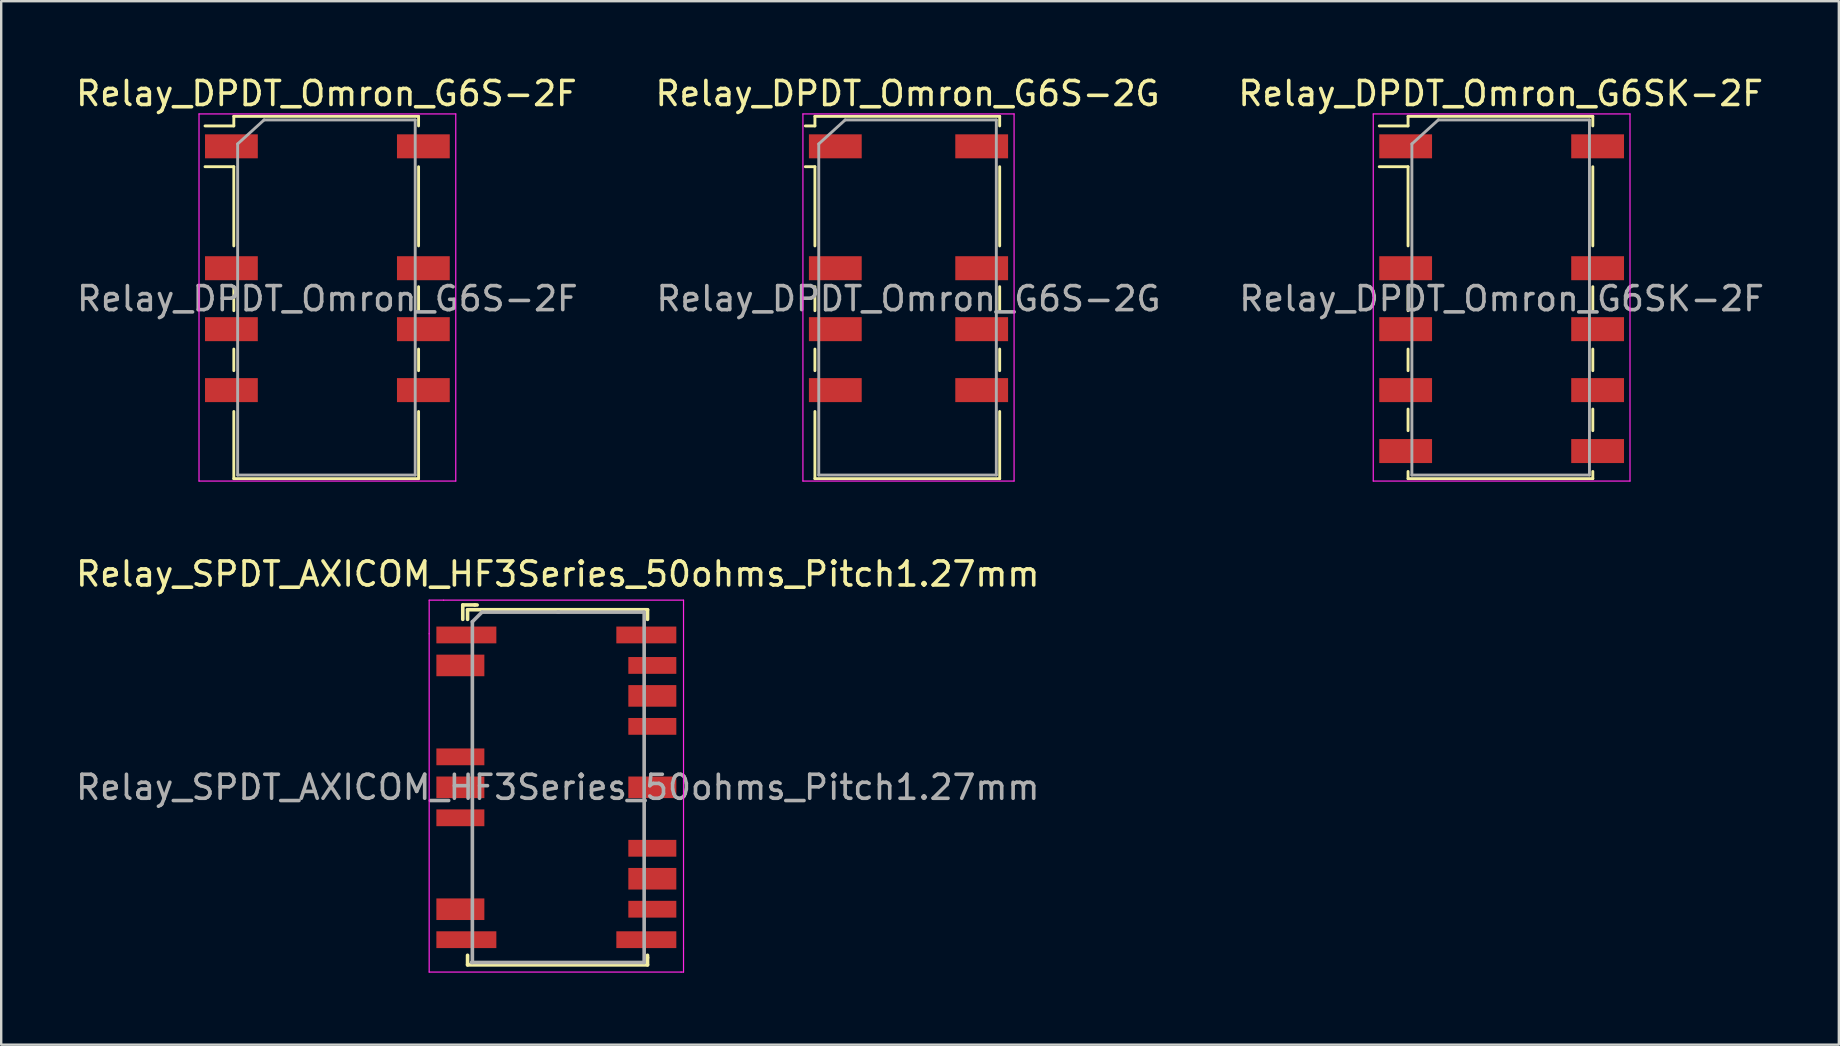
<source format=kicad_pcb>
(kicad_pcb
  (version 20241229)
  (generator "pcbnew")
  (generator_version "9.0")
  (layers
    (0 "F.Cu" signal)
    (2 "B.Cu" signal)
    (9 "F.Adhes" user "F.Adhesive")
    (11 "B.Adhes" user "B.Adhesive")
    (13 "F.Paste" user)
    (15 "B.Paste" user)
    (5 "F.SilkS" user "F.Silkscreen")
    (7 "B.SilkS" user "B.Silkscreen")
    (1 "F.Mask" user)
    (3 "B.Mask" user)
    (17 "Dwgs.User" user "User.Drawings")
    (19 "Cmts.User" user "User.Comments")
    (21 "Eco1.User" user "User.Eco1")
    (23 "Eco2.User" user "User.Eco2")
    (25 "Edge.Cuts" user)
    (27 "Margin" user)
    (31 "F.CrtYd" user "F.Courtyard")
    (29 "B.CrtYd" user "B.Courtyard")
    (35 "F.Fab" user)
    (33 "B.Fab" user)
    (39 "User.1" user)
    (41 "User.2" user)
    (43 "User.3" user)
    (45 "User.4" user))
  (footprint "Relay_SPDT_AXICOM_HF3Series_50ohms_Pitch1.27mm"
    (layer "F.Cu")
    (at 20.136 29.762)
    (property "Reference" "Relay_SPDT_AXICOM_HF3Series_50ohms_Pitch1.27mm" (at 0.06 -8.89 0) (layer "F.SilkS") (effects (font (size 1 1) (thickness 0.15))))
    (attr smd)
    (fp_line (start -3.9 -7.6) (end -3.4 -7.6) (stroke (width 0.15) (type solid)) (layer "F.SilkS"))
    (fp_line (start -3.9 -7) (end -3.9 -7.6) (stroke (width 0.15) (type solid)) (layer "F.SilkS"))
    (fp_line (start -3.7 -7.4) (end -3.7 -7) (stroke (width 0.15) (type solid)) (layer "F.SilkS"))
    (fp_line (start -3.7 7.4) (end -3.7 7) (stroke (width 0.15) (type solid)) (layer "F.SilkS"))
    (fp_line (start -3.4 -7.6) (end -3.3 -7.6) (stroke (width 0.15) (type solid)) (layer "F.SilkS"))
    (fp_line (start 3.8 -7.4) (end -3.7 -7.4) (stroke (width 0.15) (type solid)) (layer "F.SilkS"))
    (fp_line (start 3.8 -7) (end 3.8 -7.4) (stroke (width 0.15) (type solid)) (layer "F.SilkS"))
    (fp_line (start 3.8 7.1) (end 3.8 7) (stroke (width 0.15) (type solid)) (layer "F.SilkS"))
    (fp_line (start 3.8 7.1) (end 3.8 7.4) (stroke (width 0.15) (type solid)) (layer "F.SilkS"))
    (fp_line (start 3.8 7.4) (end -3.7 7.4) (stroke (width 0.15) (type solid)) (layer "F.SilkS"))
    (fp_line (start -5.3 -7.8) (end -5.3 -6.4) (stroke (width 0.05) (type solid)) (layer "F.CrtYd"))
    (fp_line (start -5.3 -6.4) (end -5.3 7.7) (stroke (width 0.05) (type solid)) (layer "F.CrtYd"))
    (fp_line (start -5.3 7.7) (end 5.2 7.7) (stroke (width 0.05) (type solid)) (layer "F.CrtYd"))
    (fp_line (start -4.7 -7.8) (end -5.3 -7.8) (stroke (width 0.05) (type solid)) (layer "F.CrtYd"))
    (fp_line (start 5.2 7.7) (end 5.3 7.7) (stroke (width 0.05) (type solid)) (layer "F.CrtYd"))
    (fp_line (start 5.3 -7.8) (end -4.7 -7.8) (stroke (width 0.05) (type solid)) (layer "F.CrtYd"))
    (fp_line (start 5.3 -7.6) (end 5.3 -7.8) (stroke (width 0.05) (type solid)) (layer "F.CrtYd"))
    (fp_line (start 5.3 6.7) (end 5.3 -7.6) (stroke (width 0.05) (type solid)) (layer "F.CrtYd"))
    (fp_line (start 5.3 7.7) (end 5.3 6.7) (stroke (width 0.05) (type solid)) (layer "F.CrtYd"))
    (fp_line (start -3.5 -6.9) (end -3.1 -7.3) (stroke (width 0.15) (type solid)) (layer "F.Fab"))
    (fp_line (start -3.5 7.3) (end -3.5 -6.9) (stroke (width 0.15) (type solid)) (layer "F.Fab"))
    (fp_line (start -3.1 -7.3) (end 0.1 -7.3) (stroke (width 0.15) (type solid)) (layer "F.Fab"))
    (fp_line (start 0.06 -7.3) (end 3.66 -7.3) (stroke (width 0.15) (type solid)) (layer "F.Fab"))
    (fp_line (start 3.66 -7.3) (end 3.66 7.3) (stroke (width 0.15) (type solid)) (layer "F.Fab"))
    (fp_line (start 3.66 7.3) (end -3.54 7.3) (stroke (width 0.15) (type solid)) (layer "F.Fab"))
    (fp_text user "${REFERENCE}" (at 0.06 0 0) (layer "F.Fab") (effects (font (size 1 1) (thickness 0.15))))
    (pad "1" smd rect (at -3.75 -6.35) (size 2.5 0.7) (layers "F.Cu" "F.Mask" "F.Paste"))
    (pad "2" smd rect (at -4 -5.08) (size 2 0.9) (layers "F.Cu" "F.Mask" "F.Paste"))
    (pad "5" smd rect (at -4 -1.27) (size 2 0.7) (layers "F.Cu" "F.Mask" "F.Paste"))
    (pad "6" smd rect (at -4 0) (size 2 0.9) (layers "F.Cu" "F.Mask" "F.Paste"))
    (pad "7" smd rect (at -4 1.27) (size 2 0.7) (layers "F.Cu" "F.Mask" "F.Paste"))
    (pad "10" smd rect (at -4 5.08) (size 2 0.9) (layers "F.Cu" "F.Mask" "F.Paste"))
    (pad "11" smd rect (at -3.75 6.35) (size 2.5 0.7) (layers "F.Cu" "F.Mask" "F.Paste"))
    (pad "12" smd rect (at 3.75 6.35) (size 2.5 0.7) (layers "F.Cu" "F.Mask" "F.Paste"))
    (pad "13" smd rect (at 4 5.08) (size 2 0.7) (layers "F.Cu" "F.Mask" "F.Paste"))
    (pad "14" smd rect (at 4 3.81) (size 2 0.9) (layers "F.Cu" "F.Mask" "F.Paste"))
    (pad "15" smd rect (at 4 2.54) (size 2 0.7) (layers "F.Cu" "F.Mask" "F.Paste"))
    (pad "17" smd rect (at 4 0) (size 2 0.9) (layers "F.Cu" "F.Mask" "F.Paste"))
    (pad "19" smd rect (at 4 -2.54) (size 2 0.7) (layers "F.Cu" "F.Mask" "F.Paste"))
    (pad "20" smd rect (at 4 -3.81) (size 2 0.9) (layers "F.Cu" "F.Mask" "F.Paste"))
    (pad "21" smd rect (at 4 -5.08) (size 2 0.7) (layers "F.Cu" "F.Mask" "F.Paste"))
    (pad "22" smd rect (at 3.75 -6.35) (size 2.5 0.7) (layers "F.Cu" "F.Mask" "F.Paste")))
  (footprint "Relay_DPDT_Omron_G6S-2F"
    (layer "F.Cu")
    (at 10.594 9.398)
    (property "Reference" "Relay_DPDT_Omron_G6S-2F" (at -0.04 -8.55 0) (layer "F.SilkS") (effects (font (size 1 1) (thickness 0.15))))
    (attr smd)
    (fp_line (start -5.1 -7.2) (end -3.9 -7.2) (stroke (width 0.12) (type solid)) (layer "F.SilkS"))
    (fp_line (start -3.9 -7.6) (end 3.8 -7.6) (stroke (width 0.12) (type solid)) (layer "F.SilkS"))
    (fp_line (start -3.9 -7.2) (end -3.9 -7.6) (stroke (width 0.12) (type solid)) (layer "F.SilkS"))
    (fp_line (start -3.9 -5.5) (end -5.1 -5.5) (stroke (width 0.12) (type solid)) (layer "F.SilkS"))
    (fp_line (start -3.9 -5.5) (end -3.9 -2.2) (stroke (width 0.12) (type solid)) (layer "F.SilkS"))
    (fp_line (start -3.9 -0.5) (end -3.9 0.5) (stroke (width 0.12) (type solid)) (layer "F.SilkS"))
    (fp_line (start -3.9 2.1) (end -3.9 3) (stroke (width 0.12) (type solid)) (layer "F.SilkS"))
    (fp_line (start -3.9 4.7) (end -3.9 7.5) (stroke (width 0.12) (type solid)) (layer "F.SilkS"))
    (fp_line (start -3.9 7.5) (end 3.8 7.5) (stroke (width 0.12) (type solid)) (layer "F.SilkS"))
    (fp_line (start 3.8 -7.6) (end 3.8 -7.2) (stroke (width 0.12) (type solid)) (layer "F.SilkS"))
    (fp_line (start 3.8 -5.5) (end 3.8 -2.2) (stroke (width 0.12) (type solid)) (layer "F.SilkS"))
    (fp_line (start 3.8 0.5) (end 3.8 -0.5) (stroke (width 0.12) (type solid)) (layer "F.SilkS"))
    (fp_line (start 3.8 3) (end 3.8 2.1) (stroke (width 0.12) (type solid)) (layer "F.SilkS"))
    (fp_line (start 3.8 7.5) (end 3.8 4.7) (stroke (width 0.12) (type solid)) (layer "F.SilkS"))
    (fp_line (start -5.35 -7.7) (end -5.35 7.6) (stroke (width 0.05) (type solid)) (layer "F.CrtYd"))
    (fp_line (start -5.35 -7.7) (end 5.35 -7.7) (stroke (width 0.05) (type solid)) (layer "F.CrtYd"))
    (fp_line (start 5.35 7.6) (end -5.35 7.6) (stroke (width 0.05) (type solid)) (layer "F.CrtYd"))
    (fp_line (start 5.35 7.6) (end 5.35 -7.7) (stroke (width 0.05) (type solid)) (layer "F.CrtYd"))
    (fp_line (start -3.74 -6.45) (end -2.64 -7.45) (stroke (width 0.12) (type solid)) (layer "F.Fab"))
    (fp_line (start -3.74 7.35) (end -3.74 -6.45) (stroke (width 0.12) (type solid)) (layer "F.Fab"))
    (fp_line (start -2.64 -7.45) (end 3.66 -7.45) (stroke (width 0.12) (type solid)) (layer "F.Fab"))
    (fp_line (start 3.66 -7.45) (end 3.66 7.35) (stroke (width 0.12) (type solid)) (layer "F.Fab"))
    (fp_line (start 3.66 7.35) (end -3.74 7.35) (stroke (width 0.12) (type solid)) (layer "F.Fab"))
    (fp_text user "${REFERENCE}" (at 0 0 0) (layer "F.Fab") (effects (font (size 1 1) (thickness 0.15))))
    (pad "1" smd rect (at -4 -6.35) (size 2.2 1) (layers "F.Cu" "F.Mask" "F.Paste"))
    (pad "3" smd rect (at -4 -1.27) (size 2.2 1) (layers "F.Cu" "F.Mask" "F.Paste"))
    (pad "4" smd rect (at -4 1.27) (size 2.2 1) (layers "F.Cu" "F.Mask" "F.Paste"))
    (pad "5" smd rect (at -4 3.81) (size 2.2 1) (layers "F.Cu" "F.Mask" "F.Paste"))
    (pad "8" smd rect (at 4 3.81) (size 2.2 1) (layers "F.Cu" "F.Mask" "F.Paste"))
    (pad "9" smd rect (at 4 1.27) (size 2.2 1) (layers "F.Cu" "F.Mask" "F.Paste"))
    (pad "10" smd rect (at 4 -1.27) (size 2.2 1) (layers "F.Cu" "F.Mask" "F.Paste"))
    (pad "12" smd rect (at 4 -6.35) (size 2.2 1) (layers "F.Cu" "F.Mask" "F.Paste")))
  (footprint "Relay_DPDT_Omron_G6SK-2F"
    (layer "F.Cu")
    (at 59.531 9.398)
    (property "Reference" "Relay_DPDT_Omron_G6SK-2F" (at -0.04 -8.55 0) (layer "F.SilkS") (effects (font (size 1 1) (thickness 0.15))))
    (attr smd)
    (fp_line (start -5.1 -7.2) (end -3.9 -7.2) (stroke (width 0.12) (type solid)) (layer "F.SilkS"))
    (fp_line (start -3.9 -7.6) (end 3.8 -7.6) (stroke (width 0.12) (type solid)) (layer "F.SilkS"))
    (fp_line (start -3.9 -7.2) (end -3.9 -7.6) (stroke (width 0.12) (type solid)) (layer "F.SilkS"))
    (fp_line (start -3.9 -5.5) (end -5.1 -5.5) (stroke (width 0.12) (type solid)) (layer "F.SilkS"))
    (fp_line (start -3.9 -5.5) (end -3.9 -2.2) (stroke (width 0.12) (type solid)) (layer "F.SilkS"))
    (fp_line (start -3.9 -0.5) (end -3.9 0.5) (stroke (width 0.12) (type solid)) (layer "F.SilkS"))
    (fp_line (start -3.9 2.1) (end -3.9 3) (stroke (width 0.12) (type solid)) (layer "F.SilkS"))
    (fp_line (start -3.9 5.5) (end -3.9 4.6) (stroke (width 0.12) (type solid)) (layer "F.SilkS"))
    (fp_line (start -3.9 7.2) (end -3.9 7.5) (stroke (width 0.12) (type solid)) (layer "F.SilkS"))
    (fp_line (start -3.9 7.5) (end 3.8 7.5) (stroke (width 0.12) (type solid)) (layer "F.SilkS"))
    (fp_line (start 3.8 -7.6) (end 3.8 -7.2) (stroke (width 0.12) (type solid)) (layer "F.SilkS"))
    (fp_line (start 3.8 -5.5) (end 3.8 -2.2) (stroke (width 0.12) (type solid)) (layer "F.SilkS"))
    (fp_line (start 3.8 0.5) (end 3.8 -0.5) (stroke (width 0.12) (type solid)) (layer "F.SilkS"))
    (fp_line (start 3.8 3) (end 3.8 2.1) (stroke (width 0.12) (type solid)) (layer "F.SilkS"))
    (fp_line (start 3.8 4.6) (end 3.8 5.5) (stroke (width 0.12) (type solid)) (layer "F.SilkS"))
    (fp_line (start 3.8 7.5) (end 3.8 7.2) (stroke (width 0.12) (type solid)) (layer "F.SilkS"))
    (fp_line (start -5.35 -7.7) (end -5.35 7.6) (stroke (width 0.05) (type solid)) (layer "F.CrtYd"))
    (fp_line (start -5.35 -7.7) (end 5.35 -7.7) (stroke (width 0.05) (type solid)) (layer "F.CrtYd"))
    (fp_line (start 5.35 7.6) (end -5.35 7.6) (stroke (width 0.05) (type solid)) (layer "F.CrtYd"))
    (fp_line (start 5.35 7.6) (end 5.35 -7.7) (stroke (width 0.05) (type solid)) (layer "F.CrtYd"))
    (fp_line (start -3.74 -6.45) (end -2.64 -7.45) (stroke (width 0.12) (type solid)) (layer "F.Fab"))
    (fp_line (start -3.74 7.35) (end -3.74 -6.45) (stroke (width 0.12) (type solid)) (layer "F.Fab"))
    (fp_line (start -2.64 -7.45) (end 3.66 -7.45) (stroke (width 0.12) (type solid)) (layer "F.Fab"))
    (fp_line (start 3.66 -7.45) (end 3.66 7.35) (stroke (width 0.12) (type solid)) (layer "F.Fab"))
    (fp_line (start 3.66 7.35) (end -3.74 7.35) (stroke (width 0.12) (type solid)) (layer "F.Fab"))
    (fp_text user "${REFERENCE}" (at 0 0 0) (layer "F.Fab") (effects (font (size 1 1) (thickness 0.15))))
    (pad "1" smd rect (at -4 -6.35) (size 2.2 1) (layers "F.Cu" "F.Mask" "F.Paste"))
    (pad "3" smd rect (at -4 -1.27) (size 2.2 1) (layers "F.Cu" "F.Mask" "F.Paste"))
    (pad "4" smd rect (at -4 1.27) (size 2.2 1) (layers "F.Cu" "F.Mask" "F.Paste"))
    (pad "5" smd rect (at -4 3.81) (size 2.2 1) (layers "F.Cu" "F.Mask" "F.Paste"))
    (pad "6" smd rect (at -4 6.35) (size 2.2 1) (layers "F.Cu" "F.Mask" "F.Paste"))
    (pad "7" smd rect (at 4 6.35) (size 2.2 1) (layers "F.Cu" "F.Mask" "F.Paste"))
    (pad "8" smd rect (at 4 3.81) (size 2.2 1) (layers "F.Cu" "F.Mask" "F.Paste"))
    (pad "9" smd rect (at 4 1.27) (size 2.2 1) (layers "F.Cu" "F.Mask" "F.Paste"))
    (pad "10" smd rect (at 4 -1.27) (size 2.2 1) (layers "F.Cu" "F.Mask" "F.Paste"))
    (pad "12" smd rect (at 4 -6.35) (size 2.2 1) (layers "F.Cu" "F.Mask" "F.Paste")))
  (footprint "Relay_DPDT_Omron_G6S-2G"
    (layer "F.Cu")
    (at 34.812 9.398)
    (property "Reference" "Relay_DPDT_Omron_G6S-2G" (at -0.04 -8.55 0) (layer "F.SilkS") (effects (font (size 1 1) (thickness 0.15))))
    (attr smd)
    (fp_line (start -4.3 -7.2) (end -3.9 -7.2) (stroke (width 0.12) (type solid)) (layer "F.SilkS"))
    (fp_line (start -3.9 -7.6) (end 3.8 -7.6) (stroke (width 0.12) (type solid)) (layer "F.SilkS"))
    (fp_line (start -3.9 -7.2) (end -3.9 -7.6) (stroke (width 0.12) (type solid)) (layer "F.SilkS"))
    (fp_line (start -3.9 -5.5) (end -4.3 -5.5) (stroke (width 0.12) (type solid)) (layer "F.SilkS"))
    (fp_line (start -3.9 -5.5) (end -3.9 -2.2) (stroke (width 0.12) (type solid)) (layer "F.SilkS"))
    (fp_line (start -3.9 -0.5) (end -3.9 0.5) (stroke (width 0.12) (type solid)) (layer "F.SilkS"))
    (fp_line (start -3.9 2.1) (end -3.9 3) (stroke (width 0.12) (type solid)) (layer "F.SilkS"))
    (fp_line (start -3.9 4.7) (end -3.9 7.5) (stroke (width 0.12) (type solid)) (layer "F.SilkS"))
    (fp_line (start -3.9 7.5) (end 3.8 7.5) (stroke (width 0.12) (type solid)) (layer "F.SilkS"))
    (fp_line (start 3.8 -7.6) (end 3.8 -7.2) (stroke (width 0.12) (type solid)) (layer "F.SilkS"))
    (fp_line (start 3.8 -5.5) (end 3.8 -2.2) (stroke (width 0.12) (type solid)) (layer "F.SilkS"))
    (fp_line (start 3.8 0.5) (end 3.8 -0.5) (stroke (width 0.12) (type solid)) (layer "F.SilkS"))
    (fp_line (start 3.8 3) (end 3.8 2.1) (stroke (width 0.12) (type solid)) (layer "F.SilkS"))
    (fp_line (start 3.8 7.5) (end 3.8 4.7) (stroke (width 0.12) (type solid)) (layer "F.SilkS"))
    (fp_line (start -4.4 -7.7) (end -4.4 7.6) (stroke (width 0.05) (type solid)) (layer "F.CrtYd"))
    (fp_line (start -4.4 -7.7) (end 4.4 -7.7) (stroke (width 0.05) (type solid)) (layer "F.CrtYd"))
    (fp_line (start 4.4 7.6) (end -4.4 7.6) (stroke (width 0.05) (type solid)) (layer "F.CrtYd"))
    (fp_line (start 4.4 7.6) (end 4.4 -7.7) (stroke (width 0.05) (type solid)) (layer "F.CrtYd"))
    (fp_line (start -3.74 -6.45) (end -2.64 -7.45) (stroke (width 0.12) (type solid)) (layer "F.Fab"))
    (fp_line (start -3.74 7.35) (end -3.74 -6.45) (stroke (width 0.12) (type solid)) (layer "F.Fab"))
    (fp_line (start -2.64 -7.45) (end 3.66 -7.45) (stroke (width 0.12) (type solid)) (layer "F.Fab"))
    (fp_line (start 3.66 -7.45) (end 3.66 7.35) (stroke (width 0.12) (type solid)) (layer "F.Fab"))
    (fp_line (start 3.66 7.35) (end -3.74 7.35) (stroke (width 0.12) (type solid)) (layer "F.Fab"))
    (fp_text user "${REFERENCE}" (at 0 0 0) (layer "F.Fab") (effects (font (size 1 1) (thickness 0.15))))
    (pad "1" smd rect (at -3.05 -6.35) (size 2.2 1) (layers "F.Cu" "F.Mask" "F.Paste"))
    (pad "3" smd rect (at -3.05 -1.27) (size 2.2 1) (layers "F.Cu" "F.Mask" "F.Paste"))
    (pad "4" smd rect (at -3.05 1.27) (size 2.2 1) (layers "F.Cu" "F.Mask" "F.Paste"))
    (pad "5" smd rect (at -3.05 3.81) (size 2.2 1) (layers "F.Cu" "F.Mask" "F.Paste"))
    (pad "8" smd rect (at 3.05 3.81) (size 2.2 1) (layers "F.Cu" "F.Mask" "F.Paste"))
    (pad "9" smd rect (at 3.05 1.27) (size 2.2 1) (layers "F.Cu" "F.Mask" "F.Paste"))
    (pad "10" smd rect (at 3.05 -1.27) (size 2.2 1) (layers "F.Cu" "F.Mask" "F.Paste"))
    (pad "12" smd rect (at 3.05 -6.35) (size 2.2 1) (layers "F.Cu" "F.Mask" "F.Paste")))
  (gr_rect
    (start -3 -3)
    (end 73.584 40.486)
    (stroke (width 0.1) (type default))
    (fill no)
    (layer "Edge.Cuts")))
</source>
